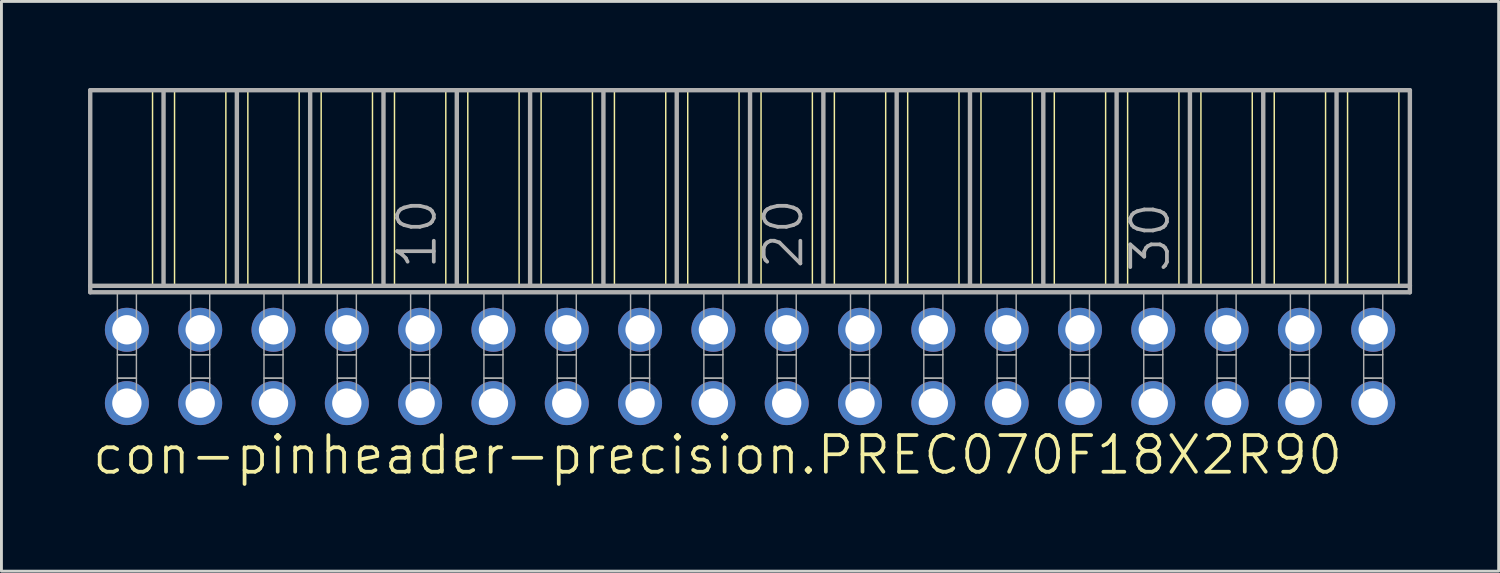
<source format=kicad_pcb>
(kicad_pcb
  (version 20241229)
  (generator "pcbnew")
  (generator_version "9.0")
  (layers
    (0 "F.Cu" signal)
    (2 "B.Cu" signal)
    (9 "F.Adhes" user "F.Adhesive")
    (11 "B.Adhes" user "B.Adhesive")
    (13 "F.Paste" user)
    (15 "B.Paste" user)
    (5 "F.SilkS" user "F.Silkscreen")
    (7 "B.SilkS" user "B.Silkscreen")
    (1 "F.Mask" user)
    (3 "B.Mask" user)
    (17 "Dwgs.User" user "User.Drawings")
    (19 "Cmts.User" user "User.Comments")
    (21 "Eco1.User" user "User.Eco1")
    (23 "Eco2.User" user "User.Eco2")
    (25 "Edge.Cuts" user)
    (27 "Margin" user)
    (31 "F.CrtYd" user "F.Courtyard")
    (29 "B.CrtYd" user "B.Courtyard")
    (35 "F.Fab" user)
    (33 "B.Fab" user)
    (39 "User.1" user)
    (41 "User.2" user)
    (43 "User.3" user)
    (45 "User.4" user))
  (footprint "con-pinheader-precision.PREC070F18X2R90"
    (layer "F.Cu")
    (at 22.936 9.646)
    (property "Reference" "con-pinheader-precision.PREC070F18X2R90" (at -22.86 3.81 0) (layer "F.SilkS") (effects (font (size 1.27 1.27) (thickness 0.13)) (justify left bottom)))
    (attr through_hole)
    (fp_line (start -20.701 -9.57) (end -20.701 -2.794) (stroke (width 0.051) (type default)) (layer "F.SilkS"))
    (fp_line (start -19.939 -9.57) (end -19.939 -2.794) (stroke (width 0.051) (type default)) (layer "F.SilkS"))
    (fp_line (start -18.161 -9.57) (end -18.161 -2.794) (stroke (width 0.051) (type default)) (layer "F.SilkS"))
    (fp_line (start -17.399 -9.57) (end -17.399 -2.794) (stroke (width 0.051) (type default)) (layer "F.SilkS"))
    (fp_line (start -15.621 -9.57) (end -15.621 -2.794) (stroke (width 0.051) (type default)) (layer "F.SilkS"))
    (fp_line (start -14.859 -9.57) (end -14.859 -2.794) (stroke (width 0.051) (type default)) (layer "F.SilkS"))
    (fp_line (start -13.081 -9.57) (end -13.081 -2.794) (stroke (width 0.051) (type default)) (layer "F.SilkS"))
    (fp_line (start -12.319 -9.57) (end -12.319 -2.794) (stroke (width 0.051) (type default)) (layer "F.SilkS"))
    (fp_line (start -10.541 -9.57) (end -10.541 -2.794) (stroke (width 0.051) (type default)) (layer "F.SilkS"))
    (fp_line (start -9.779 -9.57) (end -9.779 -2.794) (stroke (width 0.051) (type default)) (layer "F.SilkS"))
    (fp_line (start -8.001 -9.57) (end -8.001 -2.794) (stroke (width 0.051) (type default)) (layer "F.SilkS"))
    (fp_line (start -7.239 -9.57) (end -7.239 -2.794) (stroke (width 0.051) (type default)) (layer "F.SilkS"))
    (fp_line (start -5.461 -9.57) (end -5.461 -2.794) (stroke (width 0.051) (type default)) (layer "F.SilkS"))
    (fp_line (start -4.699 -9.57) (end -4.699 -2.794) (stroke (width 0.051) (type default)) (layer "F.SilkS"))
    (fp_line (start -2.921 -9.57) (end -2.921 -2.794) (stroke (width 0.051) (type default)) (layer "F.SilkS"))
    (fp_line (start -2.159 -9.57) (end -2.159 -2.794) (stroke (width 0.051) (type default)) (layer "F.SilkS"))
    (fp_line (start -0.381 -9.57) (end -0.381 -2.794) (stroke (width 0.051) (type default)) (layer "F.SilkS"))
    (fp_line (start 0.381 -9.57) (end 0.381 -2.794) (stroke (width 0.051) (type default)) (layer "F.SilkS"))
    (fp_line (start 2.159 -9.57) (end 2.159 -2.794) (stroke (width 0.051) (type default)) (layer "F.SilkS"))
    (fp_line (start 2.921 -9.57) (end 2.921 -2.794) (stroke (width 0.051) (type default)) (layer "F.SilkS"))
    (fp_line (start 4.699 -9.57) (end 4.699 -2.794) (stroke (width 0.051) (type default)) (layer "F.SilkS"))
    (fp_line (start 5.461 -9.57) (end 5.461 -2.794) (stroke (width 0.051) (type default)) (layer "F.SilkS"))
    (fp_line (start 7.239 -9.57) (end 7.239 -2.794) (stroke (width 0.051) (type default)) (layer "F.SilkS"))
    (fp_line (start 8.001 -9.57) (end 8.001 -2.794) (stroke (width 0.051) (type default)) (layer "F.SilkS"))
    (fp_line (start 9.779 -9.57) (end 9.779 -2.794) (stroke (width 0.051) (type default)) (layer "F.SilkS"))
    (fp_line (start 10.541 -9.57) (end 10.541 -2.794) (stroke (width 0.051) (type default)) (layer "F.SilkS"))
    (fp_line (start 12.319 -9.57) (end 12.319 -2.794) (stroke (width 0.051) (type default)) (layer "F.SilkS"))
    (fp_line (start 13.081 -9.57) (end 13.081 -2.794) (stroke (width 0.051) (type default)) (layer "F.SilkS"))
    (fp_line (start 14.859 -9.57) (end 14.859 -2.794) (stroke (width 0.051) (type default)) (layer "F.SilkS"))
    (fp_line (start 15.621 -9.57) (end 15.621 -2.794) (stroke (width 0.051) (type default)) (layer "F.SilkS"))
    (fp_line (start 17.399 -9.57) (end 17.399 -2.794) (stroke (width 0.051) (type default)) (layer "F.SilkS"))
    (fp_line (start 18.161 -9.57) (end 18.161 -2.794) (stroke (width 0.051) (type default)) (layer "F.SilkS"))
    (fp_line (start 19.939 -9.57) (end 19.939 -2.794) (stroke (width 0.051) (type default)) (layer "F.SilkS"))
    (fp_line (start 20.701 -9.57) (end 20.701 -2.794) (stroke (width 0.051) (type default)) (layer "F.SilkS"))
    (fp_line (start 22.479 -9.57) (end 22.479 -2.794) (stroke (width 0.051) (type default)) (layer "F.SilkS"))
    (fp_line (start -22.86 -9.57) (end -20.32 -9.57) (stroke (width 0.152) (type default)) (layer "F.Fab"))
    (fp_line (start -22.86 -2.794) (end -22.86 -9.57) (stroke (width 0.152) (type default)) (layer "F.Fab"))
    (fp_line (start -22.86 -2.57) (end -22.86 -2.794) (stroke (width 0.152) (type default)) (layer "F.Fab"))
    (fp_line (start -22.86 -2.57) (end 22.86 -2.57) (stroke (width 0.152) (type default)) (layer "F.Fab"))
    (fp_line (start -20.32 -9.57) (end -17.78 -9.57) (stroke (width 0.152) (type default)) (layer "F.Fab"))
    (fp_line (start -20.32 -2.794) (end -22.86 -2.794) (stroke (width 0.152) (type default)) (layer "F.Fab"))
    (fp_line (start -20.32 -2.794) (end -20.32 -9.57) (stroke (width 0.152) (type default)) (layer "F.Fab"))
    (fp_line (start -20.32 -2.794) (end -17.78 -2.794) (stroke (width 0.152) (type default)) (layer "F.Fab"))
    (fp_line (start -17.78 -9.57) (end -15.24 -9.57) (stroke (width 0.152) (type default)) (layer "F.Fab"))
    (fp_line (start -17.78 -2.794) (end -17.78 -9.57) (stroke (width 0.152) (type default)) (layer "F.Fab"))
    (fp_line (start -15.24 -9.57) (end -12.7 -9.57) (stroke (width 0.152) (type default)) (layer "F.Fab"))
    (fp_line (start -15.24 -2.794) (end -17.78 -2.794) (stroke (width 0.152) (type default)) (layer "F.Fab"))
    (fp_line (start -15.24 -2.794) (end -15.24 -9.57) (stroke (width 0.152) (type default)) (layer "F.Fab"))
    (fp_line (start -12.7 -9.57) (end -10.16 -9.57) (stroke (width 0.152) (type default)) (layer "F.Fab"))
    (fp_line (start -12.7 -2.794) (end -15.24 -2.794) (stroke (width 0.152) (type default)) (layer "F.Fab"))
    (fp_line (start -12.7 -2.794) (end -12.7 -9.57) (stroke (width 0.152) (type default)) (layer "F.Fab"))
    (fp_line (start -10.16 -9.57) (end -7.62 -9.57) (stroke (width 0.152) (type default)) (layer "F.Fab"))
    (fp_line (start -10.16 -2.794) (end -12.7 -2.794) (stroke (width 0.152) (type default)) (layer "F.Fab"))
    (fp_line (start -10.16 -2.794) (end -10.16 -9.57) (stroke (width 0.152) (type default)) (layer "F.Fab"))
    (fp_line (start -7.62 -9.57) (end -5.08 -9.57) (stroke (width 0.152) (type default)) (layer "F.Fab"))
    (fp_line (start -7.62 -2.794) (end -10.16 -2.794) (stroke (width 0.152) (type default)) (layer "F.Fab"))
    (fp_line (start -7.62 -2.794) (end -7.62 -9.57) (stroke (width 0.152) (type default)) (layer "F.Fab"))
    (fp_line (start -7.62 -2.794) (end -5.08 -2.794) (stroke (width 0.152) (type default)) (layer "F.Fab"))
    (fp_line (start -5.08 -9.57) (end -2.54 -9.57) (stroke (width 0.152) (type default)) (layer "F.Fab"))
    (fp_line (start -5.08 -2.794) (end -5.08 -9.57) (stroke (width 0.152) (type default)) (layer "F.Fab"))
    (fp_line (start -2.54 -9.57) (end 0 -9.57) (stroke (width 0.152) (type default)) (layer "F.Fab"))
    (fp_line (start -2.54 -2.794) (end -5.08 -2.794) (stroke (width 0.152) (type default)) (layer "F.Fab"))
    (fp_line (start -2.54 -2.794) (end -2.54 -9.57) (stroke (width 0.152) (type default)) (layer "F.Fab"))
    (fp_line (start 0 -9.57) (end 2.54 -9.57) (stroke (width 0.152) (type default)) (layer "F.Fab"))
    (fp_line (start 0 -2.794) (end -2.54 -2.794) (stroke (width 0.152) (type default)) (layer "F.Fab"))
    (fp_line (start 0 -2.794) (end 0 -9.57) (stroke (width 0.152) (type default)) (layer "F.Fab"))
    (fp_line (start 2.54 -9.57) (end 5.08 -9.57) (stroke (width 0.152) (type default)) (layer "F.Fab"))
    (fp_line (start 2.54 -2.794) (end 0 -2.794) (stroke (width 0.152) (type default)) (layer "F.Fab"))
    (fp_line (start 2.54 -2.794) (end 2.54 -9.57) (stroke (width 0.152) (type default)) (layer "F.Fab"))
    (fp_line (start 5.08 -9.57) (end 7.62 -9.57) (stroke (width 0.152) (type default)) (layer "F.Fab"))
    (fp_line (start 5.08 -2.794) (end 2.54 -2.794) (stroke (width 0.152) (type default)) (layer "F.Fab"))
    (fp_line (start 5.08 -2.794) (end 5.08 -9.57) (stroke (width 0.152) (type default)) (layer "F.Fab"))
    (fp_line (start 5.08 -2.794) (end 7.62 -2.794) (stroke (width 0.152) (type default)) (layer "F.Fab"))
    (fp_line (start 7.62 -9.57) (end 10.16 -9.57) (stroke (width 0.152) (type default)) (layer "F.Fab"))
    (fp_line (start 7.62 -2.794) (end 7.62 -9.57) (stroke (width 0.152) (type default)) (layer "F.Fab"))
    (fp_line (start 10.16 -9.57) (end 12.7 -9.57) (stroke (width 0.152) (type default)) (layer "F.Fab"))
    (fp_line (start 10.16 -2.794) (end 7.62 -2.794) (stroke (width 0.152) (type default)) (layer "F.Fab"))
    (fp_line (start 10.16 -2.794) (end 10.16 -9.57) (stroke (width 0.152) (type default)) (layer "F.Fab"))
    (fp_line (start 12.7 -9.57) (end 15.24 -9.57) (stroke (width 0.152) (type default)) (layer "F.Fab"))
    (fp_line (start 12.7 -2.794) (end 10.16 -2.794) (stroke (width 0.152) (type default)) (layer "F.Fab"))
    (fp_line (start 12.7 -2.794) (end 12.7 -9.57) (stroke (width 0.152) (type default)) (layer "F.Fab"))
    (fp_line (start 15.24 -9.57) (end 17.78 -9.57) (stroke (width 0.152) (type default)) (layer "F.Fab"))
    (fp_line (start 15.24 -2.794) (end 12.7 -2.794) (stroke (width 0.152) (type default)) (layer "F.Fab"))
    (fp_line (start 15.24 -2.794) (end 15.24 -9.57) (stroke (width 0.152) (type default)) (layer "F.Fab"))
    (fp_line (start 17.78 -9.57) (end 20.32 -9.57) (stroke (width 0.152) (type default)) (layer "F.Fab"))
    (fp_line (start 17.78 -2.794) (end 15.24 -2.794) (stroke (width 0.152) (type default)) (layer "F.Fab"))
    (fp_line (start 17.78 -2.794) (end 17.78 -9.57) (stroke (width 0.152) (type default)) (layer "F.Fab"))
    (fp_line (start 17.78 -2.794) (end 20.32 -2.794) (stroke (width 0.152) (type default)) (layer "F.Fab"))
    (fp_line (start 20.32 -9.57) (end 22.86 -9.57) (stroke (width 0.152) (type default)) (layer "F.Fab"))
    (fp_line (start 20.32 -2.794) (end 20.32 -9.57) (stroke (width 0.152) (type default)) (layer "F.Fab"))
    (fp_line (start 22.86 -2.794) (end 20.32 -2.794) (stroke (width 0.152) (type default)) (layer "F.Fab"))
    (fp_line (start 22.86 -2.794) (end 22.86 -9.57) (stroke (width 0.152) (type default)) (layer "F.Fab"))
    (fp_line (start 22.86 -2.57) (end 22.86 -2.794) (stroke (width 0.152) (type default)) (layer "F.Fab"))
    (fp_rect (start -21.92 -0.406) (end -21.26 -2.57) (stroke (width 0.05) (type default)) (fill no) (layer "F.Fab"))
    (fp_rect (start -21.92 0.406) (end -21.26 -0.406) (stroke (width 0.05) (type default)) (fill no) (layer "F.Fab"))
    (fp_rect (start -21.92 1.575) (end -21.26 0.406) (stroke (width 0.05) (type default)) (fill no) (layer "F.Fab"))
    (fp_rect (start -19.38 -0.406) (end -18.72 -2.57) (stroke (width 0.05) (type default)) (fill no) (layer "F.Fab"))
    (fp_rect (start -19.38 0.406) (end -18.72 -0.406) (stroke (width 0.05) (type default)) (fill no) (layer "F.Fab"))
    (fp_rect (start -19.38 1.575) (end -18.72 0.406) (stroke (width 0.05) (type default)) (fill no) (layer "F.Fab"))
    (fp_rect (start -16.84 -0.406) (end -16.18 -2.57) (stroke (width 0.05) (type default)) (fill no) (layer "F.Fab"))
    (fp_rect (start -16.84 0.406) (end -16.18 -0.406) (stroke (width 0.05) (type default)) (fill no) (layer "F.Fab"))
    (fp_rect (start -16.84 1.575) (end -16.18 0.406) (stroke (width 0.05) (type default)) (fill no) (layer "F.Fab"))
    (fp_rect (start -14.3 -0.406) (end -13.64 -2.57) (stroke (width 0.05) (type default)) (fill no) (layer "F.Fab"))
    (fp_rect (start -14.3 0.406) (end -13.64 -0.406) (stroke (width 0.05) (type default)) (fill no) (layer "F.Fab"))
    (fp_rect (start -14.3 1.575) (end -13.64 0.406) (stroke (width 0.05) (type default)) (fill no) (layer "F.Fab"))
    (fp_rect (start -11.76 -0.406) (end -11.1 -2.57) (stroke (width 0.05) (type default)) (fill no) (layer "F.Fab"))
    (fp_rect (start -11.76 0.406) (end -11.1 -0.406) (stroke (width 0.05) (type default)) (fill no) (layer "F.Fab"))
    (fp_rect (start -11.76 1.575) (end -11.1 0.406) (stroke (width 0.05) (type default)) (fill no) (layer "F.Fab"))
    (fp_rect (start -9.22 -0.406) (end -8.56 -2.57) (stroke (width 0.05) (type default)) (fill no) (layer "F.Fab"))
    (fp_rect (start -9.22 0.406) (end -8.56 -0.406) (stroke (width 0.05) (type default)) (fill no) (layer "F.Fab"))
    (fp_rect (start -9.22 1.575) (end -8.56 0.406) (stroke (width 0.05) (type default)) (fill no) (layer "F.Fab"))
    (fp_rect (start -6.68 -0.406) (end -6.02 -2.57) (stroke (width 0.05) (type default)) (fill no) (layer "F.Fab"))
    (fp_rect (start -6.68 0.406) (end -6.02 -0.406) (stroke (width 0.05) (type default)) (fill no) (layer "F.Fab"))
    (fp_rect (start -6.68 1.575) (end -6.02 0.406) (stroke (width 0.05) (type default)) (fill no) (layer "F.Fab"))
    (fp_rect (start -4.14 -0.406) (end -3.48 -2.57) (stroke (width 0.05) (type default)) (fill no) (layer "F.Fab"))
    (fp_rect (start -4.14 0.406) (end -3.48 -0.406) (stroke (width 0.05) (type default)) (fill no) (layer "F.Fab"))
    (fp_rect (start -4.14 1.575) (end -3.48 0.406) (stroke (width 0.05) (type default)) (fill no) (layer "F.Fab"))
    (fp_rect (start -1.6 -0.406) (end -0.94 -2.57) (stroke (width 0.05) (type default)) (fill no) (layer "F.Fab"))
    (fp_rect (start -1.6 0.406) (end -0.94 -0.406) (stroke (width 0.05) (type default)) (fill no) (layer "F.Fab"))
    (fp_rect (start -1.6 1.575) (end -0.94 0.406) (stroke (width 0.05) (type default)) (fill no) (layer "F.Fab"))
    (fp_rect (start 0.94 -0.406) (end 1.6 -2.57) (stroke (width 0.05) (type default)) (fill no) (layer "F.Fab"))
    (fp_rect (start 0.94 0.406) (end 1.6 -0.406) (stroke (width 0.05) (type default)) (fill no) (layer "F.Fab"))
    (fp_rect (start 0.94 1.575) (end 1.6 0.406) (stroke (width 0.05) (type default)) (fill no) (layer "F.Fab"))
    (fp_rect (start 3.48 -0.406) (end 4.14 -2.57) (stroke (width 0.05) (type default)) (fill no) (layer "F.Fab"))
    (fp_rect (start 3.48 0.406) (end 4.14 -0.406) (stroke (width 0.05) (type default)) (fill no) (layer "F.Fab"))
    (fp_rect (start 3.48 1.575) (end 4.14 0.406) (stroke (width 0.05) (type default)) (fill no) (layer "F.Fab"))
    (fp_rect (start 6.02 -0.406) (end 6.68 -2.57) (stroke (width 0.05) (type default)) (fill no) (layer "F.Fab"))
    (fp_rect (start 6.02 0.406) (end 6.68 -0.406) (stroke (width 0.05) (type default)) (fill no) (layer "F.Fab"))
    (fp_rect (start 6.02 1.575) (end 6.68 0.406) (stroke (width 0.05) (type default)) (fill no) (layer "F.Fab"))
    (fp_rect (start 8.56 -0.406) (end 9.22 -2.57) (stroke (width 0.05) (type default)) (fill no) (layer "F.Fab"))
    (fp_rect (start 8.56 0.406) (end 9.22 -0.406) (stroke (width 0.05) (type default)) (fill no) (layer "F.Fab"))
    (fp_rect (start 8.56 1.575) (end 9.22 0.406) (stroke (width 0.05) (type default)) (fill no) (layer "F.Fab"))
    (fp_rect (start 11.1 -0.406) (end 11.76 -2.57) (stroke (width 0.05) (type default)) (fill no) (layer "F.Fab"))
    (fp_rect (start 11.1 0.406) (end 11.76 -0.406) (stroke (width 0.05) (type default)) (fill no) (layer "F.Fab"))
    (fp_rect (start 11.1 1.575) (end 11.76 0.406) (stroke (width 0.05) (type default)) (fill no) (layer "F.Fab"))
    (fp_rect (start 13.64 -0.406) (end 14.3 -2.57) (stroke (width 0.05) (type default)) (fill no) (layer "F.Fab"))
    (fp_rect (start 13.64 0.406) (end 14.3 -0.406) (stroke (width 0.05) (type default)) (fill no) (layer "F.Fab"))
    (fp_rect (start 13.64 1.575) (end 14.3 0.406) (stroke (width 0.05) (type default)) (fill no) (layer "F.Fab"))
    (fp_rect (start 16.18 -0.406) (end 16.84 -2.57) (stroke (width 0.05) (type default)) (fill no) (layer "F.Fab"))
    (fp_rect (start 16.18 0.406) (end 16.84 -0.406) (stroke (width 0.05) (type default)) (fill no) (layer "F.Fab"))
    (fp_rect (start 16.18 1.575) (end 16.84 0.406) (stroke (width 0.05) (type default)) (fill no) (layer "F.Fab"))
    (fp_rect (start 18.72 -0.406) (end 19.38 -2.57) (stroke (width 0.05) (type default)) (fill no) (layer "F.Fab"))
    (fp_rect (start 18.72 0.406) (end 19.38 -0.406) (stroke (width 0.05) (type default)) (fill no) (layer "F.Fab"))
    (fp_rect (start 18.72 1.575) (end 19.38 0.406) (stroke (width 0.05) (type default)) (fill no) (layer "F.Fab"))
    (fp_rect (start 21.26 -0.406) (end 21.92 -2.57) (stroke (width 0.05) (type default)) (fill no) (layer "F.Fab"))
    (fp_rect (start 21.26 0.406) (end 21.92 -0.406) (stroke (width 0.05) (type default)) (fill no) (layer "F.Fab"))
    (fp_rect (start 21.26 1.575) (end 21.92 0.406) (stroke (width 0.05) (type default)) (fill no) (layer "F.Fab"))
    (fp_text user "10" (at -10.795 -3.302 90) (layer "F.Fab") (effects (font (size 1.27 1.27) (thickness 0.13)) (justify left bottom)))
    (fp_text user "20" (at 1.905 -3.302 90) (layer "F.Fab") (effects (font (size 1.27 1.27) (thickness 0.13)) (justify left bottom)))
    (fp_text user "30" (at 14.605 -3.175 90) (layer "F.Fab") (effects (font (size 1.27 1.27) (thickness 0.13)) (justify left bottom)))
    (pad "1" thru_hole circle (at -21.59 -1.27 180) (size 1.524 1.524) (drill 1.016) (layers "*.Cu" "*.Mask"))
    (pad "2" thru_hole circle (at -21.59 1.27 180) (size 1.524 1.524) (drill 1.016) (layers "*.Cu" "*.Mask"))
    (pad "3" thru_hole circle (at -19.05 -1.27 180) (size 1.524 1.524) (drill 1.016) (layers "*.Cu" "*.Mask"))
    (pad "4" thru_hole circle (at -19.05 1.27 180) (size 1.524 1.524) (drill 1.016) (layers "*.Cu" "*.Mask"))
    (pad "5" thru_hole circle (at -16.51 -1.27 180) (size 1.524 1.524) (drill 1.016) (layers "*.Cu" "*.Mask"))
    (pad "6" thru_hole circle (at -16.51 1.27 180) (size 1.524 1.524) (drill 1.016) (layers "*.Cu" "*.Mask"))
    (pad "7" thru_hole circle (at -13.97 -1.27 180) (size 1.524 1.524) (drill 1.016) (layers "*.Cu" "*.Mask"))
    (pad "8" thru_hole circle (at -13.97 1.27 180) (size 1.524 1.524) (drill 1.016) (layers "*.Cu" "*.Mask"))
    (pad "9" thru_hole circle (at -11.43 -1.27 180) (size 1.524 1.524) (drill 1.016) (layers "*.Cu" "*.Mask"))
    (pad "10" thru_hole circle (at -11.43 1.27 180) (size 1.524 1.524) (drill 1.016) (layers "*.Cu" "*.Mask"))
    (pad "11" thru_hole circle (at -8.89 -1.27 180) (size 1.524 1.524) (drill 1.016) (layers "*.Cu" "*.Mask"))
    (pad "12" thru_hole circle (at -8.89 1.27 180) (size 1.524 1.524) (drill 1.016) (layers "*.Cu" "*.Mask"))
    (pad "13" thru_hole circle (at -6.35 -1.27 180) (size 1.524 1.524) (drill 1.016) (layers "*.Cu" "*.Mask"))
    (pad "14" thru_hole circle (at -6.35 1.27 180) (size 1.524 1.524) (drill 1.016) (layers "*.Cu" "*.Mask"))
    (pad "15" thru_hole circle (at -3.81 -1.27 180) (size 1.524 1.524) (drill 1.016) (layers "*.Cu" "*.Mask"))
    (pad "16" thru_hole circle (at -3.81 1.27 180) (size 1.524 1.524) (drill 1.016) (layers "*.Cu" "*.Mask"))
    (pad "17" thru_hole circle (at -1.27 -1.27 180) (size 1.524 1.524) (drill 1.016) (layers "*.Cu" "*.Mask"))
    (pad "18" thru_hole circle (at -1.27 1.27 180) (size 1.524 1.524) (drill 1.016) (layers "*.Cu" "*.Mask"))
    (pad "19" thru_hole circle (at 1.27 -1.27 180) (size 1.524 1.524) (drill 1.016) (layers "*.Cu" "*.Mask"))
    (pad "20" thru_hole circle (at 1.27 1.27 180) (size 1.524 1.524) (drill 1.016) (layers "*.Cu" "*.Mask"))
    (pad "21" thru_hole circle (at 3.81 -1.27 180) (size 1.524 1.524) (drill 1.016) (layers "*.Cu" "*.Mask"))
    (pad "22" thru_hole circle (at 3.81 1.27 180) (size 1.524 1.524) (drill 1.016) (layers "*.Cu" "*.Mask"))
    (pad "23" thru_hole circle (at 6.35 -1.27 180) (size 1.524 1.524) (drill 1.016) (layers "*.Cu" "*.Mask"))
    (pad "24" thru_hole circle (at 6.35 1.27 180) (size 1.524 1.524) (drill 1.016) (layers "*.Cu" "*.Mask"))
    (pad "25" thru_hole circle (at 8.89 -1.27 180) (size 1.524 1.524) (drill 1.016) (layers "*.Cu" "*.Mask"))
    (pad "26" thru_hole circle (at 8.89 1.27 180) (size 1.524 1.524) (drill 1.016) (layers "*.Cu" "*.Mask"))
    (pad "27" thru_hole circle (at 11.43 -1.27 180) (size 1.524 1.524) (drill 1.016) (layers "*.Cu" "*.Mask"))
    (pad "28" thru_hole circle (at 11.43 1.27 180) (size 1.524 1.524) (drill 1.016) (layers "*.Cu" "*.Mask"))
    (pad "29" thru_hole circle (at 13.97 -1.27 180) (size 1.524 1.524) (drill 1.016) (layers "*.Cu" "*.Mask"))
    (pad "30" thru_hole circle (at 13.97 1.27 180) (size 1.524 1.524) (drill 1.016) (layers "*.Cu" "*.Mask"))
    (pad "31" thru_hole circle (at 16.51 -1.27 180) (size 1.524 1.524) (drill 1.016) (layers "*.Cu" "*.Mask"))
    (pad "32" thru_hole circle (at 16.51 1.27 180) (size 1.524 1.524) (drill 1.016) (layers "*.Cu" "*.Mask"))
    (pad "33" thru_hole circle (at 19.05 -1.27 180) (size 1.524 1.524) (drill 1.016) (layers "*.Cu" "*.Mask"))
    (pad "34" thru_hole circle (at 19.05 1.27 180) (size 1.524 1.524) (drill 1.016) (layers "*.Cu" "*.Mask"))
    (pad "35" thru_hole circle (at 21.59 -1.27 180) (size 1.524 1.524) (drill 1.016) (layers "*.Cu" "*.Mask"))
    (pad "36" thru_hole circle (at 21.59 1.27 180) (size 1.524 1.524) (drill 1.016) (layers "*.Cu" "*.Mask")))
  (gr_rect
    (start -3 -3)
    (end 48.872 16.738)
    (stroke (width 0.1) (type default))
    (fill no)
    (layer "Edge.Cuts")))
</source>
